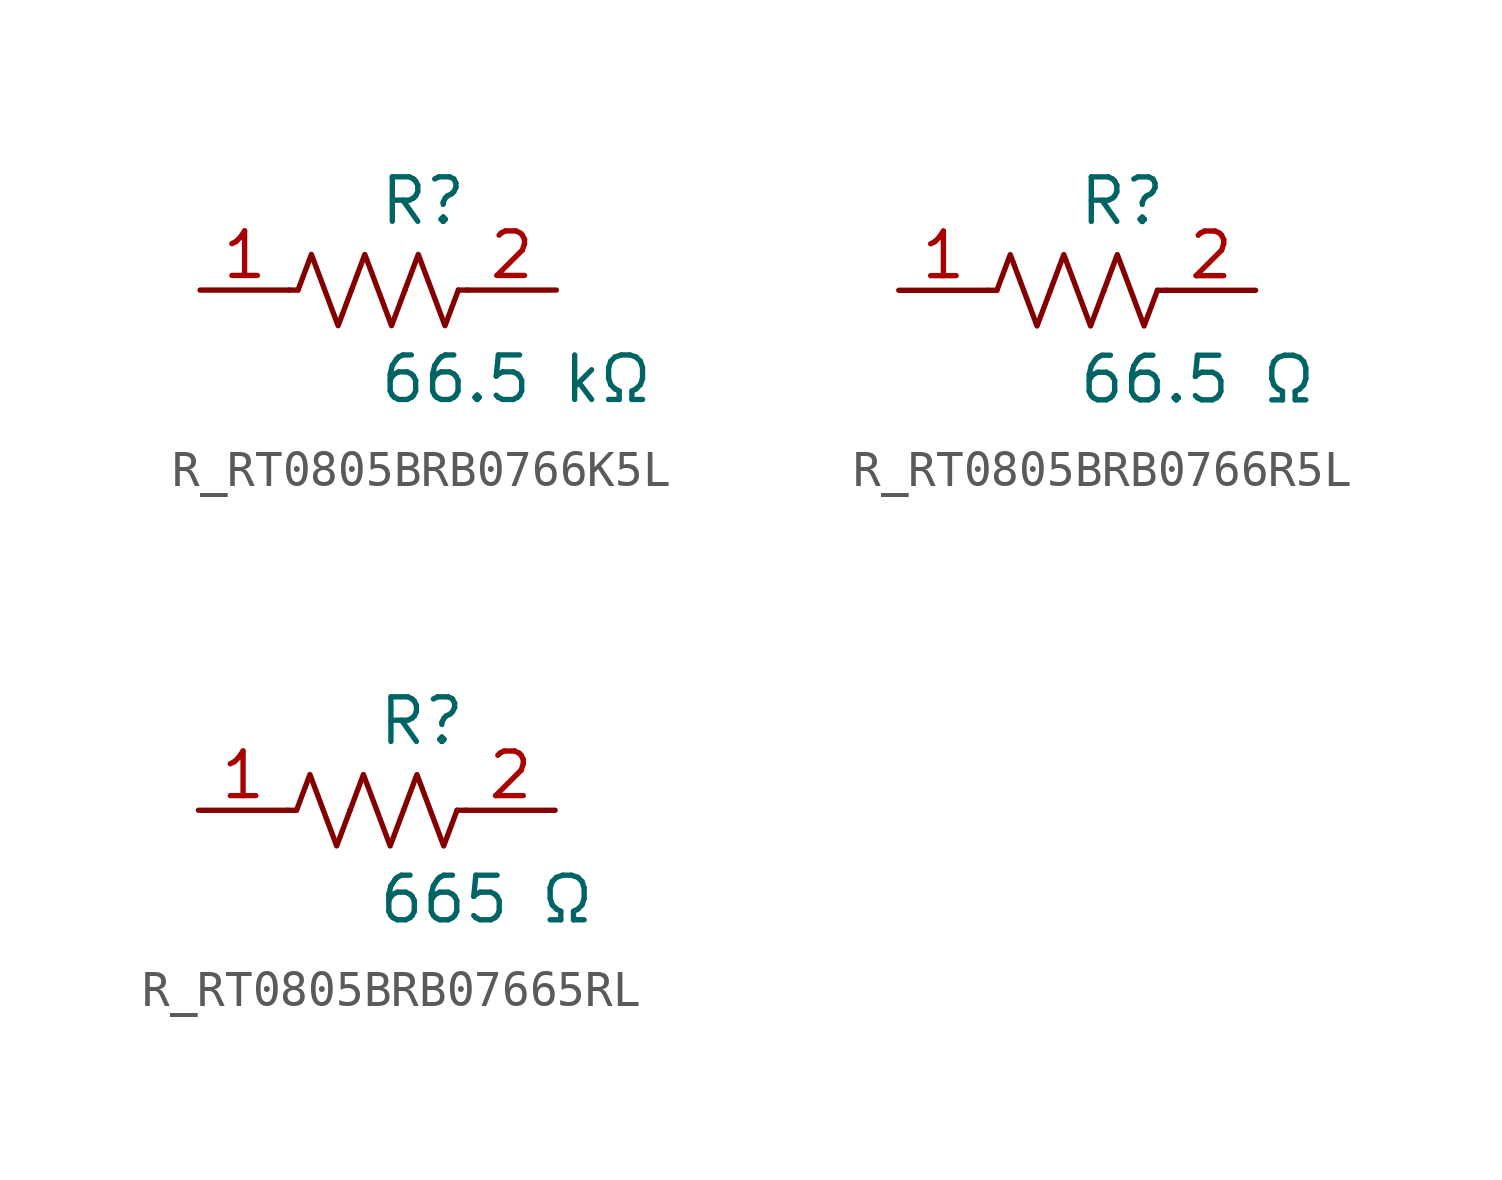
<source format=kicad_sym>
(kicad_symbol_lib
  (version 20231120)
  (generator kicad_symbol_editor)
  (generator_version 8.0)
  (symbol "R_RT0805BRB0766K5L"
    (pin_names
      (offset 0.254))
    (property "Reference" "R"
      (at 0 2.54 0)
      (effects (font (size 1.27 1.27)) (justify left)))
    (property "Value" "66.5 kΩ"
      (at 0 -2.54 0)
      (effects (font (size 1.27 1.27)) (justify left)))
    (symbol "R_RT0805BRB0766K5L_0_1"
      (polyline (pts (xy 2.286 0) (xy 2.54 0)) (stroke (width 0) (type default)) (fill (type none)))
      (polyline (pts (xy -2.286 0) (xy -2.54 0)) (stroke (width 0) (type default)) (fill (type none)))
      (polyline (pts (xy 0.762 0) (xy 1.143 1.016) (xy 1.524 0) (xy 1.905 -1.016) (xy 2.286 0)) (stroke (width 0) (type default)) (fill (type none)))
      (polyline (pts (xy -0.762 0) (xy -0.381 1.016) (xy 0 0) (xy 0.381 -1.016) (xy 0.762 0)) (stroke (width 0) (type default)) (fill (type none)))
      (polyline (pts (xy -2.286 0) (xy -1.905 1.016) (xy -1.524 0) (xy -1.143 -1.016) (xy -0.762 0)) (stroke (width 0) (type default)) (fill (type none))))
    (pin unspecified line
      (at -5.08 0 0)
      (length 2.54)
      (name "" (effects (font (size 1.27 1.27))))
      (number "1" (effects (font (size 1.27 1.27)))))
    (pin unspecified line
      (at 5.08 0 180)
      (length 2.54)
      (name "" (effects (font (size 1.27 1.27))))
      (number "2" (effects (font (size 1.27 1.27))))))
  (symbol "R_RT0805BRB0766R5L"
    (pin_names
      (offset 0.254))
    (property "Reference" "R"
      (at 0 2.54 0)
      (effects (font (size 1.27 1.27)) (justify left)))
    (property "Value" "66.5 Ω"
      (at 0 -2.54 0)
      (effects (font (size 1.27 1.27)) (justify left)))
    (symbol "R_RT0805BRB0766R5L_0_1"
      (polyline (pts (xy 2.286 0) (xy 2.54 0)) (stroke (width 0) (type default)) (fill (type none)))
      (polyline (pts (xy -2.286 0) (xy -2.54 0)) (stroke (width 0) (type default)) (fill (type none)))
      (polyline (pts (xy 0.762 0) (xy 1.143 1.016) (xy 1.524 0) (xy 1.905 -1.016) (xy 2.286 0)) (stroke (width 0) (type default)) (fill (type none)))
      (polyline (pts (xy -0.762 0) (xy -0.381 1.016) (xy 0 0) (xy 0.381 -1.016) (xy 0.762 0)) (stroke (width 0) (type default)) (fill (type none)))
      (polyline (pts (xy -2.286 0) (xy -1.905 1.016) (xy -1.524 0) (xy -1.143 -1.016) (xy -0.762 0)) (stroke (width 0) (type default)) (fill (type none))))
    (pin unspecified line
      (at -5.08 0 0)
      (length 2.54)
      (name "" (effects (font (size 1.27 1.27))))
      (number "1" (effects (font (size 1.27 1.27)))))
    (pin unspecified line
      (at 5.08 0 180)
      (length 2.54)
      (name "" (effects (font (size 1.27 1.27))))
      (number "2" (effects (font (size 1.27 1.27))))))
  (symbol "R_RT0805BRB07665RL"
    (pin_names
      (offset 0.254))
    (property "Reference" "R"
      (at 0 2.54 0)
      (effects (font (size 1.27 1.27)) (justify left)))
    (property "Value" "665 Ω"
      (at 0 -2.54 0)
      (effects (font (size 1.27 1.27)) (justify left)))
    (symbol "R_RT0805BRB07665RL_0_1"
      (polyline (pts (xy 2.286 0) (xy 2.54 0)) (stroke (width 0) (type default)) (fill (type none)))
      (polyline (pts (xy -2.286 0) (xy -2.54 0)) (stroke (width 0) (type default)) (fill (type none)))
      (polyline (pts (xy 0.762 0) (xy 1.143 1.016) (xy 1.524 0) (xy 1.905 -1.016) (xy 2.286 0)) (stroke (width 0) (type default)) (fill (type none)))
      (polyline (pts (xy -0.762 0) (xy -0.381 1.016) (xy 0 0) (xy 0.381 -1.016) (xy 0.762 0)) (stroke (width 0) (type default)) (fill (type none)))
      (polyline (pts (xy -2.286 0) (xy -1.905 1.016) (xy -1.524 0) (xy -1.143 -1.016) (xy -0.762 0)) (stroke (width 0) (type default)) (fill (type none))))
    (pin unspecified line
      (at -5.08 0 0)
      (length 2.54)
      (name "" (effects (font (size 1.27 1.27))))
      (number "1" (effects (font (size 1.27 1.27)))))
    (pin unspecified line
      (at 5.08 0 180)
      (length 2.54)
      (name "" (effects (font (size 1.27 1.27))))
      (number "2" (effects (font (size 1.27 1.27)))))))
</source>
